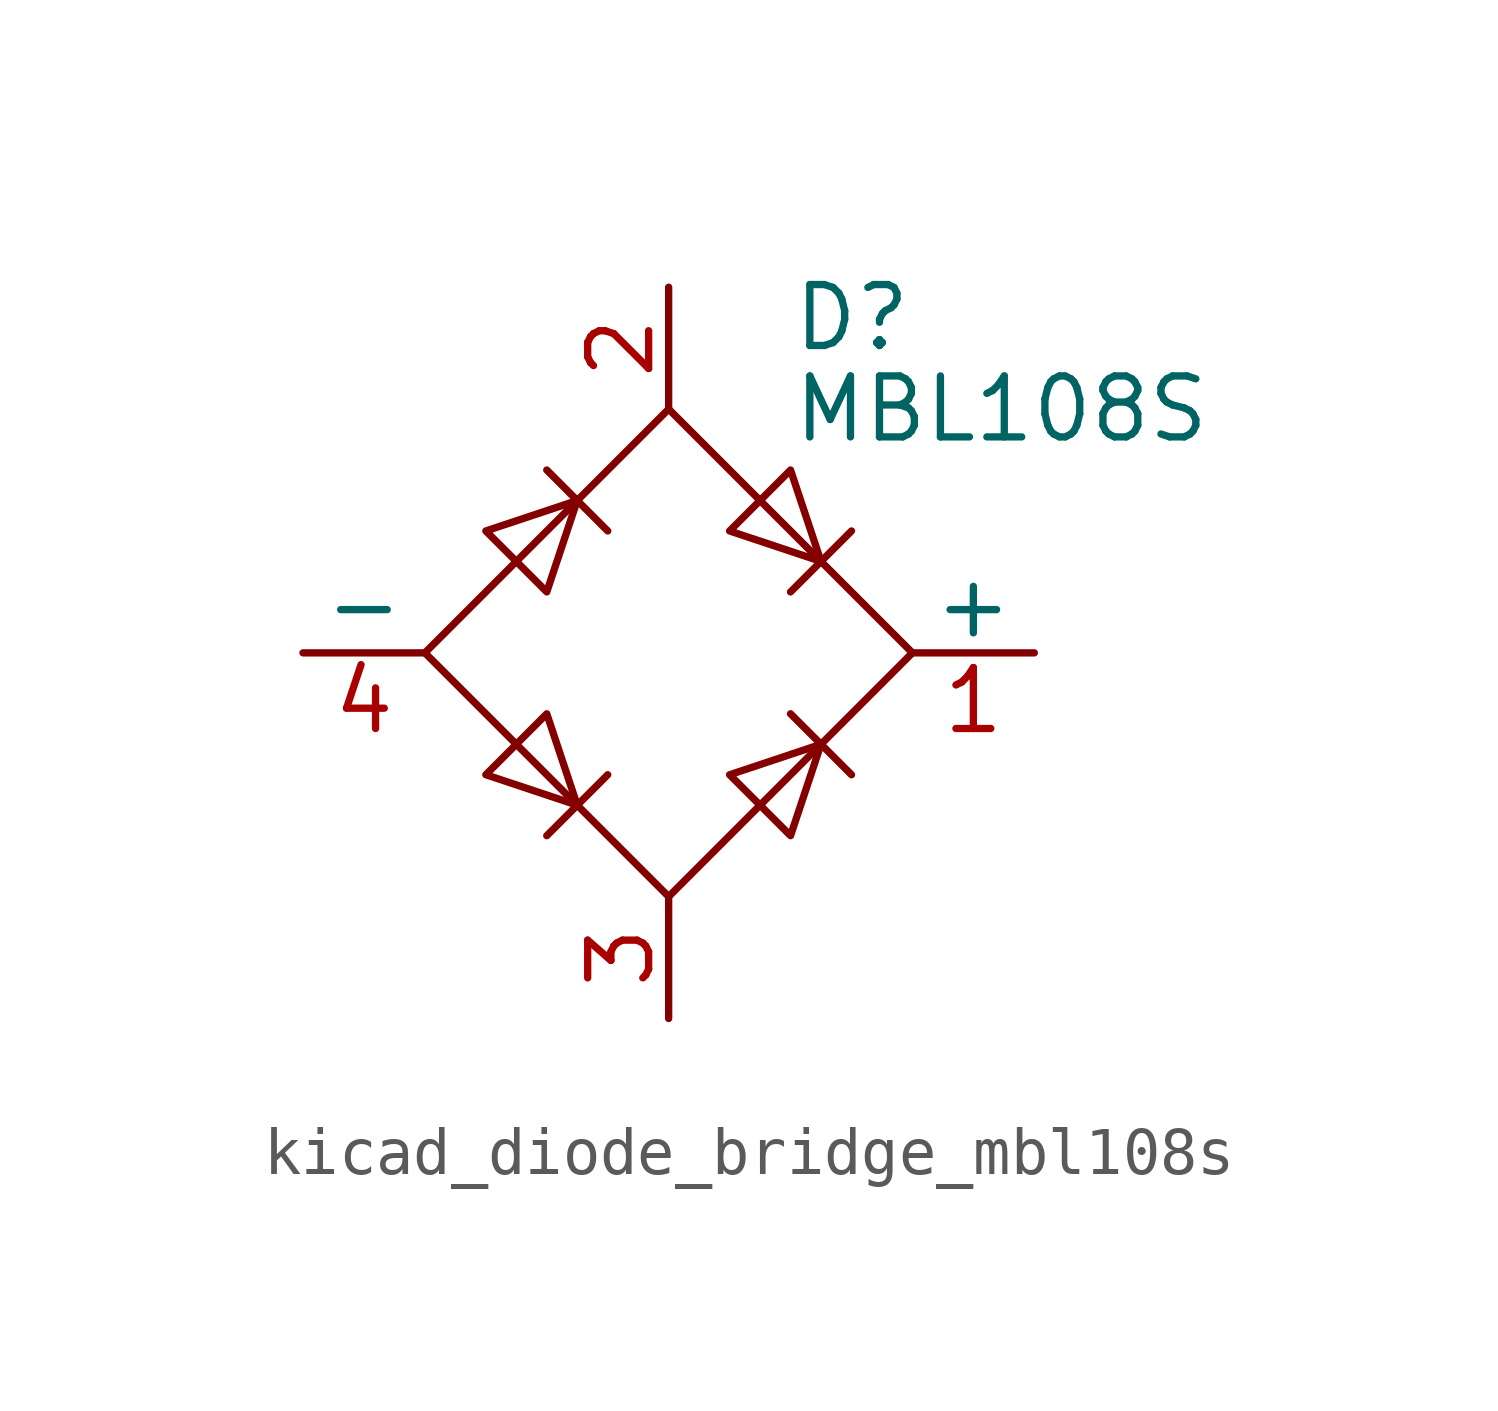
<source format=kicad_sym>
(kicad_symbol_lib
  (version 20220914)
  (generator kicad_symbol_editor)
  (symbol "kicad_diode_bridge_mbl108s"
    (pin_names
      (offset 0))
    (property "Reference" "D"
      (at 2.54 6.985 0)
      (effects (font (size 1.27 1.27)) (justify left)))
    (property "Value" "MBL108S"
      (at 2.54 5.08 0)
      (effects (font (size 1.27 1.27)) (justify left)))
    (symbol "kicad_diode_bridge_mbl108s_0_1"
      (polyline (pts (xy -2.54 3.81) (xy -1.27 2.54)) (stroke (width 0) (type default)) (fill (type none)))
      (polyline (pts (xy -1.27 -2.54) (xy -2.54 -3.81)) (stroke (width 0) (type default)) (fill (type none)))
      (polyline (pts (xy 2.54 -1.27) (xy 3.81 -2.54)) (stroke (width 0) (type default)) (fill (type none)))
      (polyline (pts (xy 2.54 1.27) (xy 3.81 2.54)) (stroke (width 0) (type default)) (fill (type none)))
      (polyline (pts (xy -3.81 2.54) (xy -2.54 1.27) (xy -1.905 3.175) (xy -3.81 2.54)) (stroke (width 0) (type default)) (fill (type none)))
      (polyline (pts (xy -2.54 -1.27) (xy -3.81 -2.54) (xy -1.905 -3.175) (xy -2.54 -1.27)) (stroke (width 0) (type default)) (fill (type none)))
      (polyline (pts (xy 1.27 2.54) (xy 2.54 3.81) (xy 3.175 1.905) (xy 1.27 2.54)) (stroke (width 0) (type default)) (fill (type none)))
      (polyline (pts (xy 3.175 -1.905) (xy 1.27 -2.54) (xy 2.54 -3.81) (xy 3.175 -1.905)) (stroke (width 0) (type default)) (fill (type none)))
      (polyline (pts (xy -5.08 0) (xy 0 -5.08) (xy 5.08 0) (xy 0 5.08) (xy -5.08 0)) (stroke (width 0) (type default)) (fill (type none))))
    (symbol "kicad_diode_bridge_mbl108s_1_1"
      (pin passive line (at 7.62 0 180) (length 2.54) (name "+" (effects (font (size 1.27 1.27)))) (number "1" (effects (font (size 1.27 1.27)))))
      (pin passive line (at 0 7.62 270) (length 2.54) (name "~" (effects (font (size 1.27 1.27)))) (number "2" (effects (font (size 1.27 1.27)))))
      (pin passive line (at 0 -7.62 90) (length 2.54) (name "~" (effects (font (size 1.27 1.27)))) (number "3" (effects (font (size 1.27 1.27)))))
      (pin passive line (at -7.62 0 0) (length 2.54) (name "-" (effects (font (size 1.27 1.27)))) (number "4" (effects (font (size 1.27 1.27))))))))
</source>
